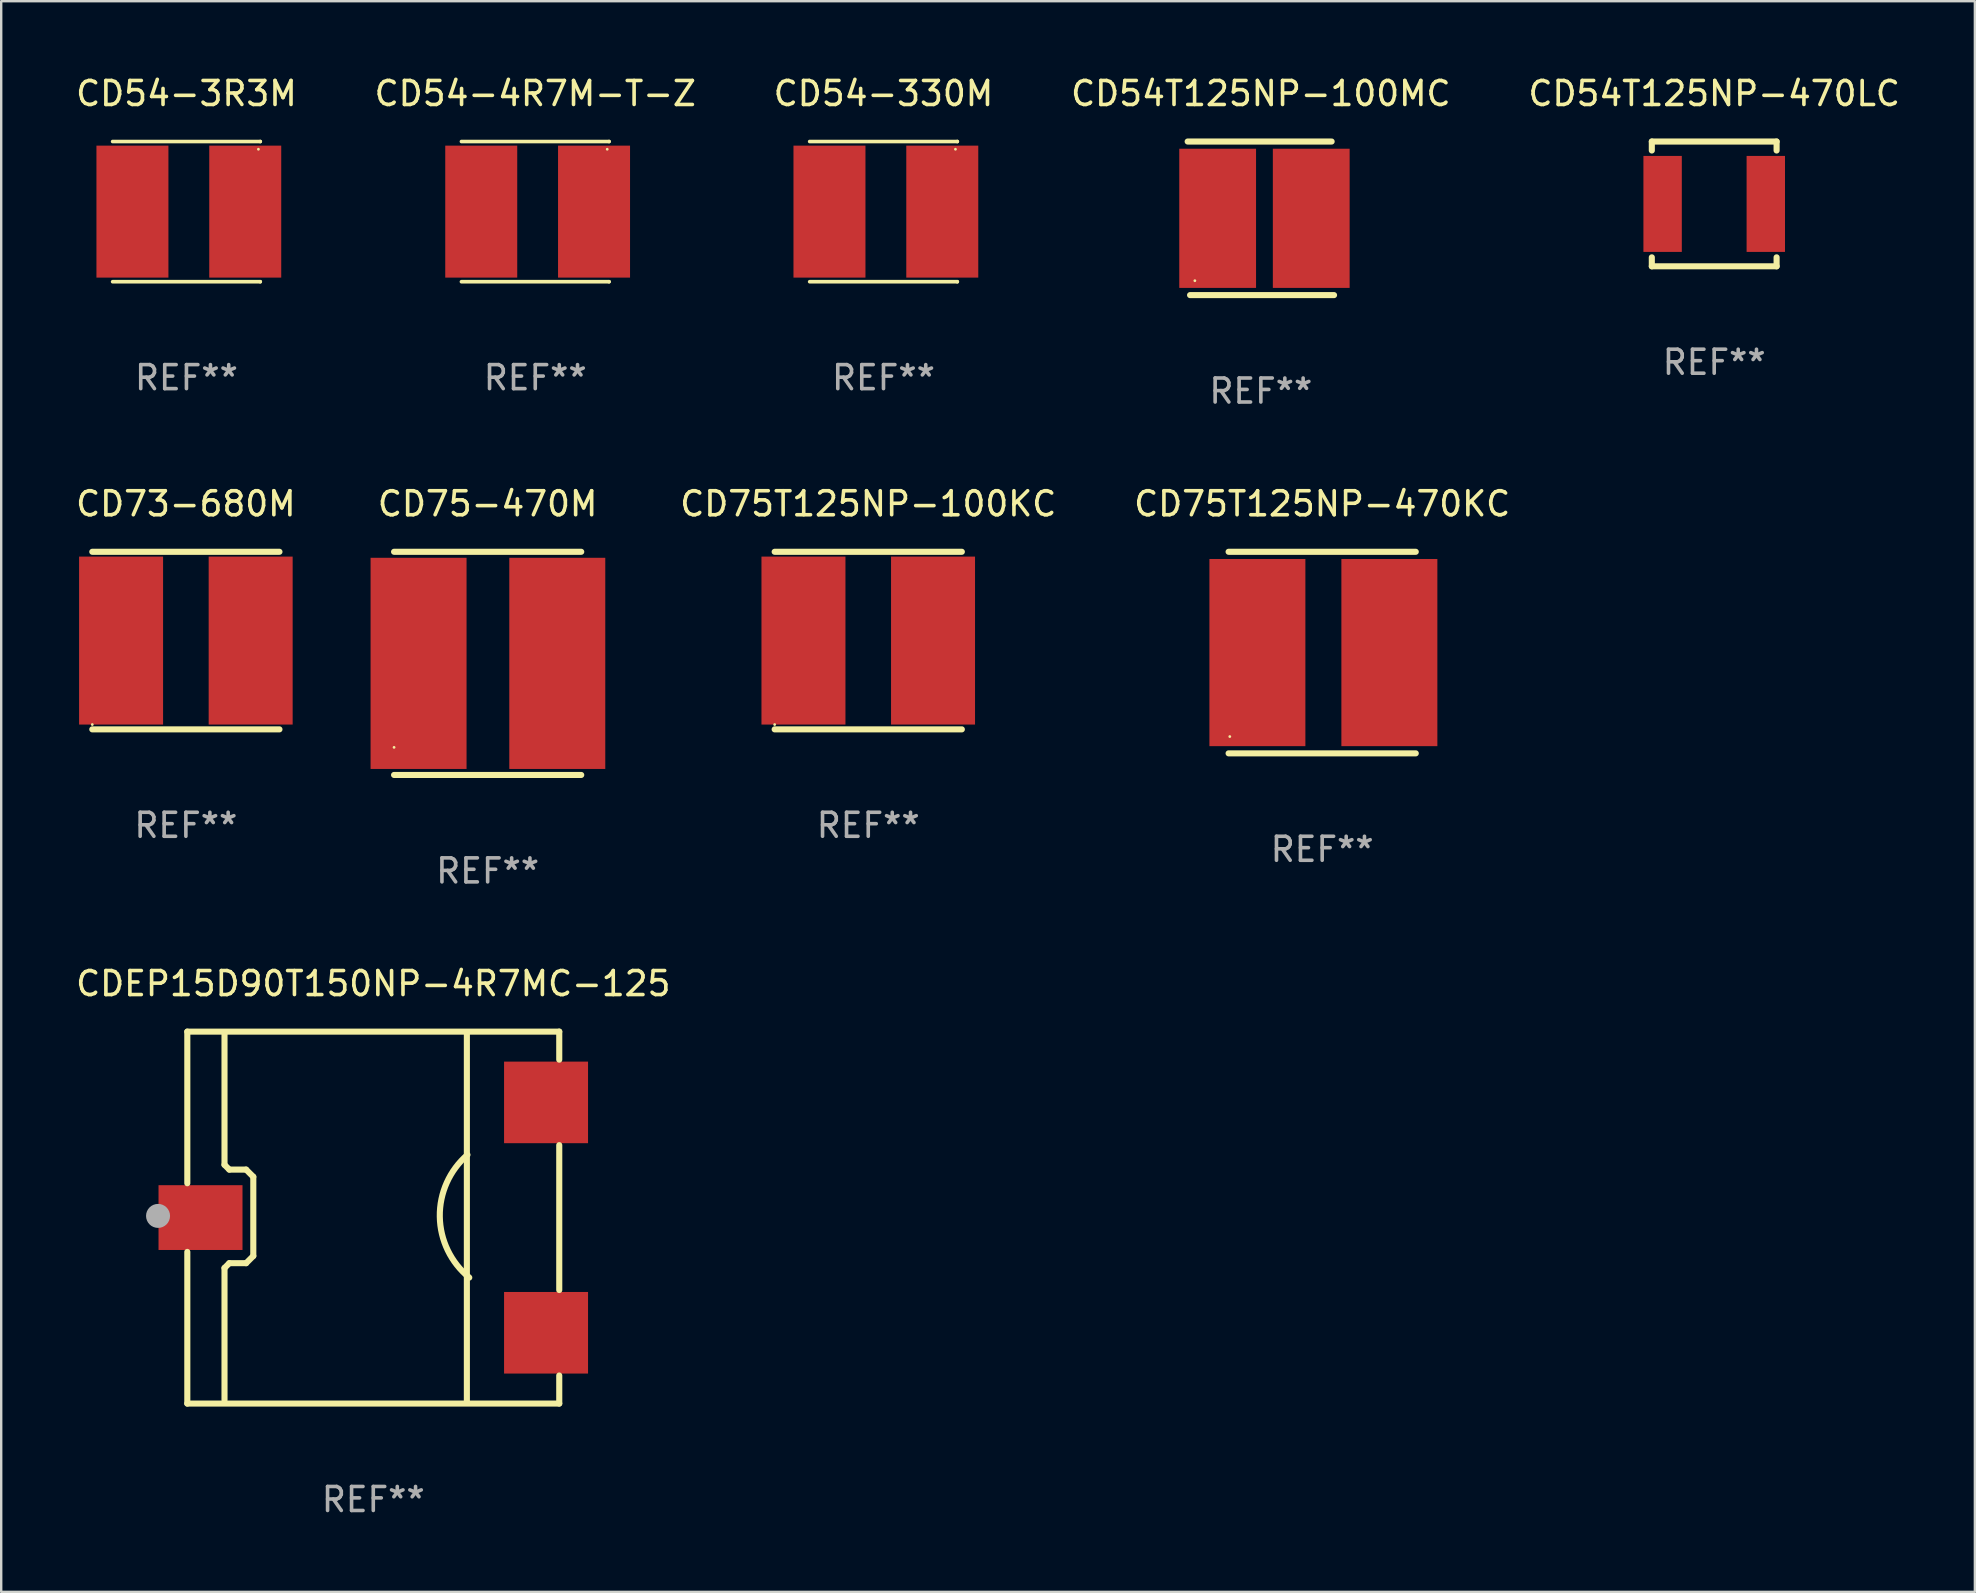
<source format=kicad_pcb>
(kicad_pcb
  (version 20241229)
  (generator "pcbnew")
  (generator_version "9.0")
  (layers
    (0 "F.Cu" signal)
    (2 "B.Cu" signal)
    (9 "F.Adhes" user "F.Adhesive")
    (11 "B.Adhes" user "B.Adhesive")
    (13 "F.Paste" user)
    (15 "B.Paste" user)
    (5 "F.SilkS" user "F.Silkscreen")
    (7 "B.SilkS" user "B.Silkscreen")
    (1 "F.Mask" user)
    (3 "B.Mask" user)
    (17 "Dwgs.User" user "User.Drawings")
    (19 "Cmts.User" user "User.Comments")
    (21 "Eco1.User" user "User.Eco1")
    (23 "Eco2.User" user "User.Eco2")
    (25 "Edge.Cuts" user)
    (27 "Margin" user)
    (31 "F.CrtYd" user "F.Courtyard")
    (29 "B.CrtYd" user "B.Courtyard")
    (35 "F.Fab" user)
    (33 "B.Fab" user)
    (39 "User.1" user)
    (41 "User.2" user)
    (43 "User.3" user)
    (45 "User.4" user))
  (footprint "CD54-4R7M-T-Z"
    (layer "F.Cu")
    (at 19.256 5.769)
    (property "Reference" "CD54-4R7M-T-Z" (at 0 -4.921 0) (layer "F.SilkS") (effects (font (size 1 1) (thickness 0.15))))
    (attr through_hole)
    (fp_line (start -3.076 2.921) (end 3.076 2.921) (stroke (width 0.152) (type solid)) (layer "F.SilkS"))
    (fp_line (start -3.076 -2.921) (end 3.076 -2.921) (stroke (width 0.152) (type solid)) (layer "F.SilkS"))
    (fp_line (start 3.076 2.921) (end 3.076 2.921) (stroke (width 0.152) (type solid)) (layer "F.SilkS"))
    (fp_line (start 3.076 -2.921) (end 3.076 -2.921) (stroke (width 0.152) (type solid)) (layer "F.SilkS"))
    (fp_circle (center 2.999 -2.6) (end 3.029 -2.6) (stroke (width 0.06) (type solid)) (fill no) (layer "F.SilkS"))
    (fp_text user "REF**" (at 0 6.921 0) (layer "F.Fab") (effects (font (size 1 1) (thickness 0.15))))
    (pad "1" smd rect (at 2.45 -0.000013) (size 3 5.5) (layers "F.Cu" "F.Mask" "F.Paste"))
    (pad "2" smd rect (at -2.251 -0.000013) (size 3 5.5) (layers "F.Cu" "F.Mask" "F.Paste")))
  (footprint "CD54-3R3M"
    (layer "F.Cu")
    (at 4.72 5.769)
    (property "Reference" "CD54-3R3M" (at 0 -4.921 0) (layer "F.SilkS") (effects (font (size 1 1) (thickness 0.15))))
    (attr through_hole)
    (fp_line (start -3.076 2.921) (end 3.076 2.921) (stroke (width 0.152) (type solid)) (layer "F.SilkS"))
    (fp_line (start -3.076 -2.921) (end 3.076 -2.921) (stroke (width 0.152) (type solid)) (layer "F.SilkS"))
    (fp_line (start 3.076 2.921) (end 3.076 2.921) (stroke (width 0.152) (type solid)) (layer "F.SilkS"))
    (fp_line (start 3.076 -2.921) (end 3.076 -2.921) (stroke (width 0.152) (type solid)) (layer "F.SilkS"))
    (fp_circle (center 2.999 -2.6) (end 3.029 -2.6) (stroke (width 0.06) (type solid)) (fill no) (layer "F.SilkS"))
    (fp_text user "REF**" (at 0 6.921 0) (layer "F.Fab") (effects (font (size 1 1) (thickness 0.15))))
    (pad "1" smd rect (at 2.45 -0.000013) (size 3 5.5) (layers "F.Cu" "F.Mask" "F.Paste"))
    (pad "2" smd rect (at -2.251 -0.000013) (size 3 5.5) (layers "F.Cu" "F.Mask" "F.Paste")))
  (footprint "CD73-680M"
    (layer "F.Cu")
    (at 4.696 23.645)
    (property "Reference" "CD73-680M" (at 0 -5.7 0) (layer "F.SilkS") (effects (font (size 1 1) (thickness 0.15))))
    (attr through_hole)
    (fp_line (start -3.9 -3.7) (end 3.9 -3.7) (stroke (width 0.254) (type solid)) (layer "F.SilkS"))
    (fp_line (start -3.9 3.7) (end 3.9 3.7) (stroke (width 0.254) (type solid)) (layer "F.SilkS"))
    (fp_circle (center -3.9 3.5) (end -3.87 3.5) (stroke (width 0.06) (type solid)) (fill no) (layer "F.SilkS"))
    (fp_text user "REF**" (at 0 7.7 0) (layer "F.Fab") (effects (font (size 1 1) (thickness 0.15))))
    (pad "1" smd rect (at -2.7 0) (size 3.5 7) (layers "F.Cu" "F.Mask" "F.Paste"))
    (pad "2" smd rect (at 2.7 0) (size 3.5 7) (layers "F.Cu" "F.Mask" "F.Paste")))
  (footprint "CD75T125NP-470KC"
    (layer "F.Cu")
    (at 52.05 24.145)
    (property "Reference" "CD75T125NP-470KC" (at 0 -6.2 0) (layer "F.SilkS") (effects (font (size 1 1) (thickness 0.15))))
    (attr through_hole)
    (fp_line (start -3.9 -4.2) (end 3.9 -4.2) (stroke (width 0.254) (type solid)) (layer "F.SilkS"))
    (fp_line (start -3.9 4.2) (end 3.9 4.2) (stroke (width 0.254) (type solid)) (layer "F.SilkS"))
    (fp_circle (center -3.85 3.5) (end -3.82 3.5) (stroke (width 0.06) (type solid)) (fill no) (layer "F.SilkS"))
    (fp_text user "REF**" (at 0 8.2 0) (layer "F.Fab") (effects (font (size 1 1) (thickness 0.15))))
    (pad "1" smd rect (at -2.7 0) (size 4 7.8) (layers "F.Cu" "F.Mask" "F.Paste"))
    (pad "2" smd rect (at 2.8 0) (size 4 7.8) (layers "F.Cu" "F.Mask" "F.Paste")))
  (footprint "CDEP15D90T150NP-4R7MC-125"
    (layer "F.Cu")
    (at 12.506 47.691)
    (property "Reference" "CDEP15D90T150NP-4R7MC-125" (at 0 -9.75 0) (layer "F.SilkS") (effects (font (size 1 1) (thickness 0.15))))
    (attr through_hole)
    (fp_line (start -7.75 -7.75) (end 7.75 -7.75) (stroke (width 0.254) (type solid)) (layer "F.SilkS"))
    (fp_line (start -7.75 -1.431) (end -7.75 -7.75) (stroke (width 0.254) (type solid)) (layer "F.SilkS"))
    (fp_line (start -7.75 7.75) (end -7.75 1.431) (stroke (width 0.254) (type solid)) (layer "F.SilkS"))
    (fp_line (start -7.75 7.75) (end 7.75 7.75) (stroke (width 0.254) (type solid)) (layer "F.SilkS"))
    (fp_line (start -6.2 -7.7) (end -6.2 -2.2) (stroke (width 0.254) (type solid)) (layer "F.SilkS"))
    (fp_line (start -6.2 -2.2) (end -6 -2) (stroke (width 0.254) (type solid)) (layer "F.SilkS"))
    (fp_line (start -6.2 2.1) (end -6.2 7.6) (stroke (width 0.254) (type solid)) (layer "F.SilkS"))
    (fp_line (start -6 -2) (end -5.3 -2) (stroke (width 0.254) (type solid)) (layer "F.SilkS"))
    (fp_line (start -6 1.9) (end -6.2 2.1) (stroke (width 0.254) (type solid)) (layer "F.SilkS"))
    (fp_line (start -5.3 1.9) (end -6 1.9) (stroke (width 0.254) (type solid)) (layer "F.SilkS"))
    (fp_line (start -5.3 -2) (end -5 -1.7) (stroke (width 0.254) (type solid)) (layer "F.SilkS"))
    (fp_line (start -5 -1.7) (end -5 1.6) (stroke (width 0.254) (type solid)) (layer "F.SilkS"))
    (fp_line (start -5 1.6) (end -5.3 1.9) (stroke (width 0.254) (type solid)) (layer "F.SilkS"))
    (fp_line (start 3.9 -7.7) (end 3.9 7.7) (stroke (width 0.254) (type solid)) (layer "F.SilkS"))
    (fp_line (start 7.75 -6.581) (end 7.75 -7.75) (stroke (width 0.254) (type solid)) (layer "F.SilkS"))
    (fp_line (start 7.75 3.019) (end 7.75 -3.019) (stroke (width 0.254) (type solid)) (layer "F.SilkS"))
    (fp_line (start 7.75 7.75) (end 7.75 6.581) (stroke (width 0.254) (type solid)) (layer "F.SilkS"))
    (fp_arc (start 4 2.5) (mid 2.77164 -0.040746) (end 3.924765 -2.61651) (stroke (width 0.254001) (type solid)) (layer "F.SilkS"))
    (fp_circle (center -7.75 7.75) (end -7.72 7.75) (stroke (width 0.06) (type solid)) (fill no) (layer "F.SilkS"))
    (fp_circle (center -8.97 -0.07) (end -8.72 -0.07) (stroke (width 0.5) (type solid)) (fill no) (layer "F.Fab"))
    (fp_text user "REF**" (at 0 11.75 0) (layer "F.Fab") (effects (font (size 1 1) (thickness 0.15))))
    (pad "1" smd rect (at -7.2 0) (size 3.5 2.7) (layers "F.Cu" "F.Mask" "F.Paste"))
    (pad "2" smd rect (at 7.2 4.8) (size 3.5 3.4) (layers "F.Cu" "F.Mask" "F.Paste"))
    (pad "3" smd rect (at 7.2 -4.8) (size 3.5 3.4) (layers "F.Cu" "F.Mask" "F.Paste")))
  (footprint "CD54-330M"
    (layer "F.Cu")
    (at 33.768 5.769)
    (property "Reference" "CD54-330M" (at 0 -4.921 0) (layer "F.SilkS") (effects (font (size 1 1) (thickness 0.15))))
    (attr through_hole)
    (fp_line (start -3.076 2.921) (end 3.076 2.921) (stroke (width 0.152) (type solid)) (layer "F.SilkS"))
    (fp_line (start -3.076 -2.921) (end 3.076 -2.921) (stroke (width 0.152) (type solid)) (layer "F.SilkS"))
    (fp_line (start 3.076 2.921) (end 3.076 2.921) (stroke (width 0.152) (type solid)) (layer "F.SilkS"))
    (fp_line (start 3.076 -2.921) (end 3.076 -2.921) (stroke (width 0.152) (type solid)) (layer "F.SilkS"))
    (fp_circle (center 2.999 -2.6) (end 3.029 -2.6) (stroke (width 0.06) (type solid)) (fill no) (layer "F.SilkS"))
    (fp_text user "REF**" (at 0 6.921 0) (layer "F.Fab") (effects (font (size 1 1) (thickness 0.15))))
    (pad "1" smd rect (at 2.45 -0.000013) (size 3 5.5) (layers "F.Cu" "F.Mask" "F.Paste"))
    (pad "2" smd rect (at -2.251 -0.000013) (size 3 5.5) (layers "F.Cu" "F.Mask" "F.Paste")))
  (footprint "CD54T125NP-100MC"
    (layer "F.Cu")
    (at 49.494 6.048)
    (property "Reference" "CD54T125NP-100MC" (at 0 -5.2 0) (layer "F.SilkS") (effects (font (size 1 1) (thickness 0.15))))
    (attr through_hole)
    (fp_line (start -3.05 -3.2) (end 2.95 -3.2) (stroke (width 0.254) (type solid)) (layer "F.SilkS"))
    (fp_line (start -2.95 3.2) (end 3.05 3.2) (stroke (width 0.254) (type solid)) (layer "F.SilkS"))
    (fp_circle (center -2.75 2.6) (end -2.72 2.6) (stroke (width 0.06) (type solid)) (fill no) (layer "F.SilkS"))
    (fp_text user "REF**" (at 0 7.2 0) (layer "F.Fab") (effects (font (size 1 1) (thickness 0.15))))
    (pad "1" smd rect (at -1.8 0) (size 3.2 5.8) (layers "F.Cu" "F.Mask" "F.Paste"))
    (pad "2" smd rect (at 2.1 0) (size 3.2 5.8) (layers "F.Cu" "F.Mask" "F.Paste")))
  (footprint "CD54T125NP-470LC"
    (layer "F.Cu")
    (at 68.387 5.448)
    (property "Reference" "CD54T125NP-470LC" (at 0 -4.6 0) (layer "F.SilkS") (effects (font (size 1 1) (thickness 0.15))))
    (attr through_hole)
    (fp_line (start -2.6 -2.6) (end -2.6 -2.226) (stroke (width 0.254) (type solid)) (layer "F.SilkS"))
    (fp_line (start -2.6 -2.6) (end 2.6 -2.6) (stroke (width 0.254) (type solid)) (layer "F.SilkS"))
    (fp_line (start -2.6 2.226) (end -2.6 2.6) (stroke (width 0.254) (type solid)) (layer "F.SilkS"))
    (fp_line (start -2.6 2.6) (end 2.6 2.6) (stroke (width 0.254) (type solid)) (layer "F.SilkS"))
    (fp_line (start 2.6 -2.226) (end 2.6 -2.6) (stroke (width 0.254) (type solid)) (layer "F.SilkS"))
    (fp_line (start 2.6 2.6) (end 2.6 2.226) (stroke (width 0.254) (type solid)) (layer "F.SilkS"))
    (fp_circle (center -2.61 -2.604) (end -2.58 -2.604) (stroke (width 0.06) (type solid)) (fill no) (layer "F.SilkS"))
    (fp_text user "REF**" (at 0 6.6 0) (layer "F.Fab") (effects (font (size 1 1) (thickness 0.15))))
    (pad "1" smd rect (at -2.15 0) (size 1.6 4) (layers "F.Cu" "F.Mask" "F.Paste"))
    (pad "2" smd rect (at 2.15 0) (size 1.6 4) (layers "F.Cu" "F.Mask" "F.Paste")))
  (footprint "CD75-470M"
    (layer "F.Cu")
    (at 17.272 24.595)
    (property "Reference" "CD75-470M" (at 0 -6.65 0) (layer "F.SilkS") (effects (font (size 1 1) (thickness 0.15))))
    (attr through_hole)
    (fp_line (start -3.9 -4.65) (end 3.9 -4.65) (stroke (width 0.254) (type solid)) (layer "F.SilkS"))
    (fp_line (start -3.9 4.65) (end 3.9 4.65) (stroke (width 0.254) (type solid)) (layer "F.SilkS"))
    (fp_circle (center -3.9 3.5) (end -3.87 3.5) (stroke (width 0.06) (type solid)) (fill no) (layer "F.SilkS"))
    (fp_text user "REF**" (at 0 8.65 0) (layer "F.Fab") (effects (font (size 1 1) (thickness 0.15))))
    (pad "1" smd rect (at -2.879 0) (size 4 8.8) (layers "F.Cu" "F.Mask" "F.Paste"))
    (pad "2" smd rect (at 2.902 0) (size 4 8.8) (layers "F.Cu" "F.Mask" "F.Paste")))
  (footprint "CD75T125NP-100KC"
    (layer "F.Cu")
    (at 33.133 23.645)
    (property "Reference" "CD75T125NP-100KC" (at 0 -5.7 0) (layer "F.SilkS") (effects (font (size 1 1) (thickness 0.15))))
    (attr through_hole)
    (fp_line (start -3.9 -3.7) (end 3.9 -3.7) (stroke (width 0.254) (type solid)) (layer "F.SilkS"))
    (fp_line (start -3.9 3.7) (end 3.9 3.7) (stroke (width 0.254) (type solid)) (layer "F.SilkS"))
    (fp_circle (center -3.9 3.5) (end -3.87 3.5) (stroke (width 0.06) (type solid)) (fill no) (layer "F.SilkS"))
    (fp_text user "REF**" (at 0 7.7 0) (layer "F.Fab") (effects (font (size 1 1) (thickness 0.15))))
    (pad "1" smd rect (at -2.7 0) (size 3.5 7) (layers "F.Cu" "F.Mask" "F.Paste"))
    (pad "2" smd rect (at 2.7 0) (size 3.5 7) (layers "F.Cu" "F.Mask" "F.Paste")))
  (gr_rect
    (start -3 -3)
    (end 79.25 63.29)
    (stroke (width 0.1) (type default))
    (fill no)
    (layer "Edge.Cuts")))
</source>
